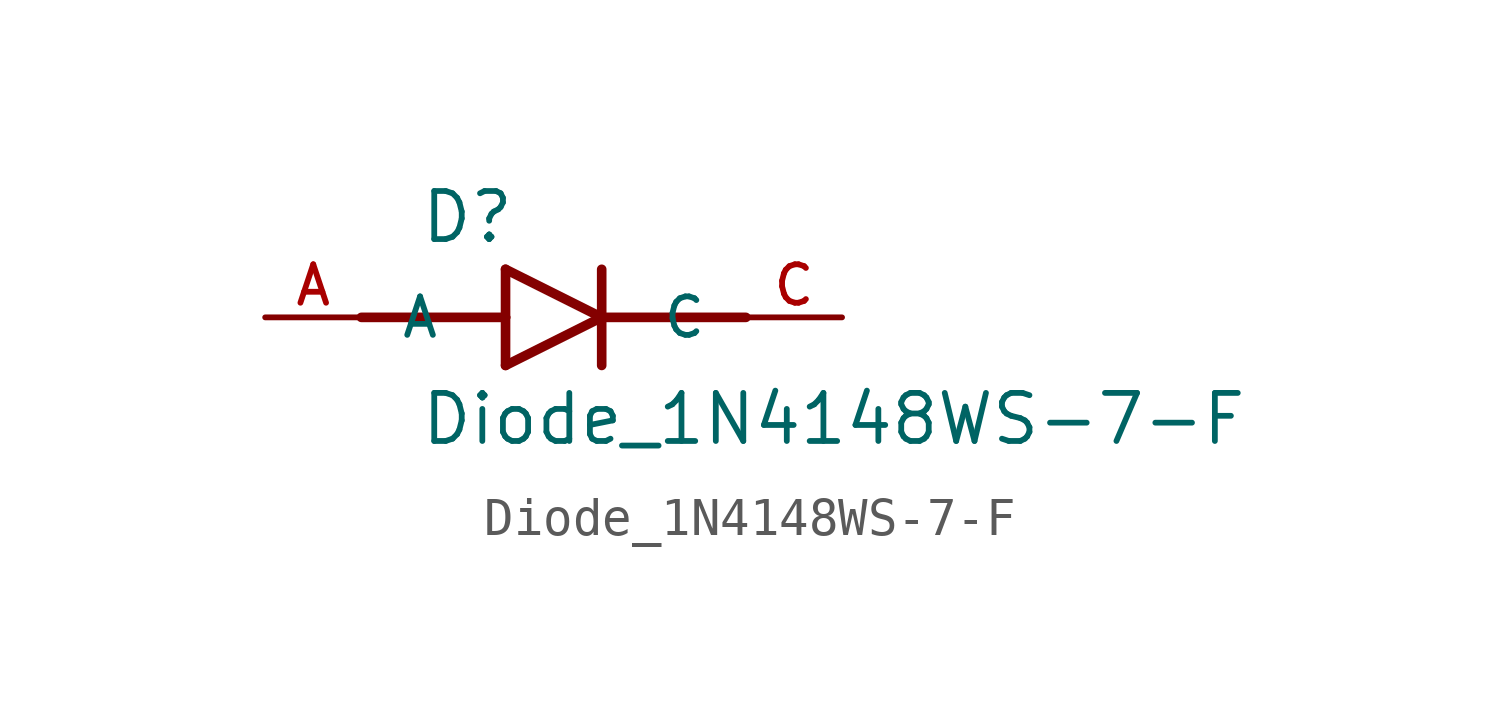
<source format=kicad_sym>
(kicad_symbol_lib
  (version 20201005)
  (generator kicad_symbol_editor)
  (symbol "NB3_hindbrain:Diode_1N4148WS-7-F"
    (pin_names
      (offset 1.016))
    (property "Reference" "D"
      (at -3.556 1.905 0)
      (effects (font (size 1.27 1.27)) (justify left bottom)))
    (property "Value" "Diode_1N4148WS-7-F"
      (at -3.556 -3.429 0)
      (effects (font (size 1.27 1.27)) (justify left bottom)))
    (symbol "Diode_1N4148WS-7-F_0_0"
      (polyline (pts (xy -5.08 0) (xy -1.27 0)) (stroke (width 0.254)) (fill (type none)))
      (polyline (pts (xy -1.27 -1.27) (xy 1.27 0)) (stroke (width 0.254)) (fill (type none)))
      (polyline (pts (xy -1.27 0) (xy -1.27 -1.27)) (stroke (width 0.254)) (fill (type none)))
      (polyline (pts (xy -1.27 1.27) (xy -1.27 0)) (stroke (width 0.254)) (fill (type none)))
      (polyline (pts (xy 1.27 0) (xy -1.27 1.27)) (stroke (width 0.254)) (fill (type none)))
      (polyline (pts (xy 1.27 0) (xy 1.27 -1.27)) (stroke (width 0.254)) (fill (type none)))
      (polyline (pts (xy 1.27 0) (xy 5.08 0)) (stroke (width 0.254)) (fill (type none)))
      (polyline (pts (xy 1.27 1.27) (xy 1.27 0)) (stroke (width 0.254)) (fill (type none)))
      (pin passive line (at -7.62 0 0) (length 2.54) (name "A" (effects (font (size 1.016 1.016)))) (number "A" (effects (font (size 1.016 1.016)))))
      (pin passive line (at 7.62 0 180) (length 2.54) (name "C" (effects (font (size 1.016 1.016)))) (number "C" (effects (font (size 1.016 1.016))))))))
</source>
